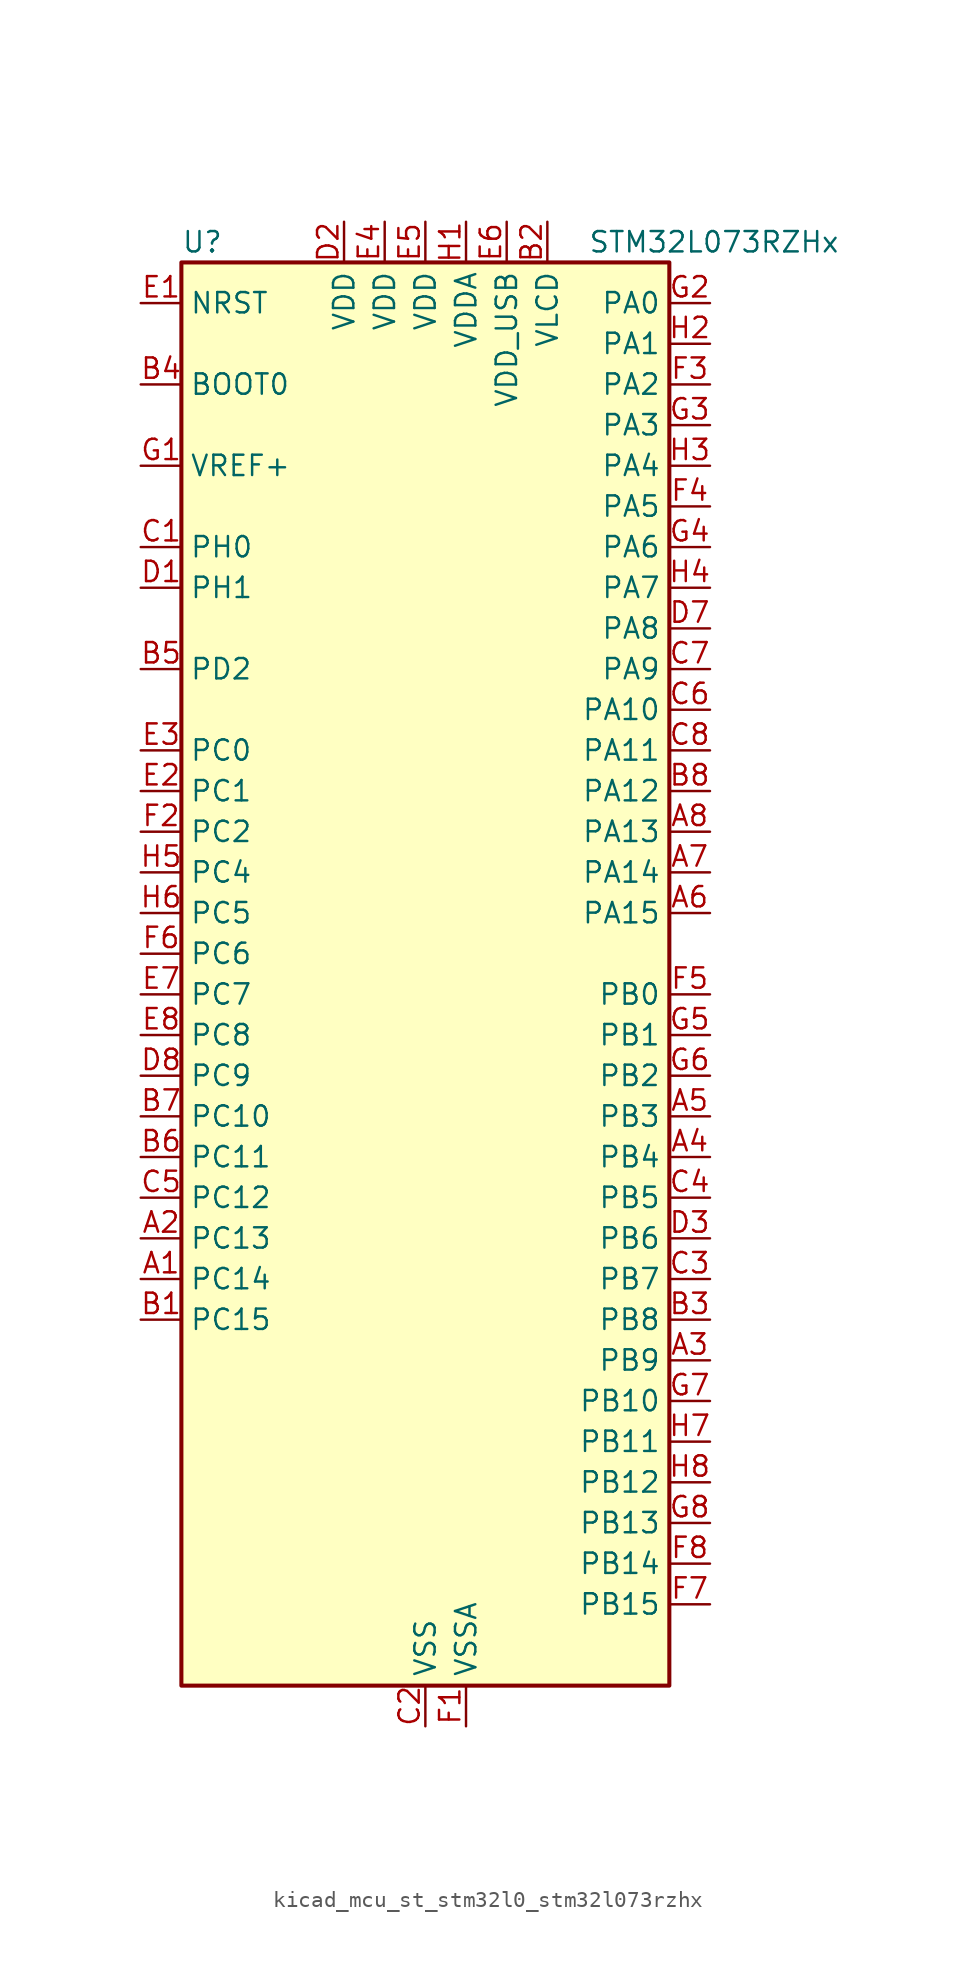
<source format=kicad_sym>
(kicad_symbol_lib
  (version 20220914)
  (generator kicad_symbol_editor)
  (symbol "kicad_mcu_st_stm32l0_stm32l073rzhx"
    (property "Reference" "U"
      (at -15.24 46.99 0)
      (effects (font (size 1.27 1.27)) (justify left)))
    (property "Value" "STM32L073RZHx"
      (at 10.16 46.99 0)
      (effects (font (size 1.27 1.27)) (justify left)))
    (property "ki_locked" ""
      (at 0 0 0)
      (effects (font (size 1.27 1.27))))
    (symbol "kicad_mcu_st_stm32l0_stm32l073rzhx_0_1"
      (rectangle (start -15.24 -43.18) (end 15.24 45.72) (stroke (width 0.254) (type default)) (fill (type background))))
    (symbol "kicad_mcu_st_stm32l0_stm32l073rzhx_1_1"
      (pin bidirectional line (at -17.78 -17.78 0) (length 2.54) (name "PC14" (effects (font (size 1.27 1.27)))) (number "A1" (effects (font (size 1.27 1.27)))) (alternate "RCC_OSC32_IN" bidirectional line))
      (pin bidirectional line (at -17.78 -15.24 0) (length 2.54) (name "PC13" (effects (font (size 1.27 1.27)))) (number "A2" (effects (font (size 1.27 1.27)))) (alternate "RTC_OUT_ALARM" bidirectional line) (alternate "RTC_OUT_CALIB" bidirectional line) (alternate "RTC_TAMP1" bidirectional line) (alternate "RTC_TS" bidirectional line) (alternate "SYS_WKUP2" bidirectional line))
      (pin bidirectional line (at 17.78 -22.86 180) (length 2.54) (name "PB9" (effects (font (size 1.27 1.27)))) (number "A3" (effects (font (size 1.27 1.27)))) (alternate "DAC_EXTI9" bidirectional line) (alternate "I2C1_SDA" bidirectional line) (alternate "I2S2_WS" bidirectional line) (alternate "LCD_COM3" bidirectional line) (alternate "SPI2_NSS" bidirectional line))
      (pin bidirectional line (at 17.78 -10.16 180) (length 2.54) (name "PB4" (effects (font (size 1.27 1.27)))) (number "A4" (effects (font (size 1.27 1.27)))) (alternate "COMP2_INP" bidirectional line) (alternate "I2C3_SDA" bidirectional line) (alternate "LCD_SEG8" bidirectional line) (alternate "SPI1_MISO" bidirectional line) (alternate "TIM22_CH1" bidirectional line) (alternate "TIM3_CH1" bidirectional line) (alternate "TSC_G5_IO2" bidirectional line) (alternate "USART1_CTS" bidirectional line) (alternate "USART5_RX" bidirectional line))
      (pin bidirectional line (at 17.78 -7.62 180) (length 2.54) (name "PB3" (effects (font (size 1.27 1.27)))) (number "A5" (effects (font (size 1.27 1.27)))) (alternate "COMP2_INM" bidirectional line) (alternate "LCD_SEG7" bidirectional line) (alternate "SPI1_SCK" bidirectional line) (alternate "TIM2_CH2" bidirectional line) (alternate "TSC_G5_IO1" bidirectional line) (alternate "USART1_DE" bidirectional line) (alternate "USART1_RTS" bidirectional line) (alternate "USART5_TX" bidirectional line))
      (pin bidirectional line (at 17.78 5.08 180) (length 2.54) (name "PA15" (effects (font (size 1.27 1.27)))) (number "A6" (effects (font (size 1.27 1.27)))) (alternate "LCD_SEG17" bidirectional line) (alternate "SPI1_NSS" bidirectional line) (alternate "TIM2_CH1" bidirectional line) (alternate "TIM2_ETR" bidirectional line) (alternate "USART2_RX" bidirectional line) (alternate "USART4_DE" bidirectional line) (alternate "USART4_RTS" bidirectional line))
      (pin bidirectional line (at 17.78 7.62 180) (length 2.54) (name "PA14" (effects (font (size 1.27 1.27)))) (number "A7" (effects (font (size 1.27 1.27)))) (alternate "LPUART1_TX" bidirectional line) (alternate "SYS_SWCLK" bidirectional line) (alternate "USART2_TX" bidirectional line))
      (pin bidirectional line (at 17.78 10.16 180) (length 2.54) (name "PA13" (effects (font (size 1.27 1.27)))) (number "A8" (effects (font (size 1.27 1.27)))) (alternate "LPUART1_RX" bidirectional line) (alternate "SYS_SWDIO" bidirectional line) (alternate "USB_NOE" bidirectional line))
      (pin bidirectional line (at -17.78 -20.32 0) (length 2.54) (name "PC15" (effects (font (size 1.27 1.27)))) (number "B1" (effects (font (size 1.27 1.27)))) (alternate "RCC_OSC32_OUT" bidirectional line))
      (pin power_in line (at 7.62 48.26 270) (length 2.54) (name "VLCD" (effects (font (size 1.27 1.27)))) (number "B2" (effects (font (size 1.27 1.27)))))
      (pin bidirectional line (at 17.78 -20.32 180) (length 2.54) (name "PB8" (effects (font (size 1.27 1.27)))) (number "B3" (effects (font (size 1.27 1.27)))) (alternate "I2C1_SCL" bidirectional line) (alternate "LCD_SEG16" bidirectional line) (alternate "TSC_SYNC" bidirectional line))
      (pin input line (at -17.78 38.1 0) (length 2.54) (name "BOOT0" (effects (font (size 1.27 1.27)))) (number "B4" (effects (font (size 1.27 1.27)))))
      (pin bidirectional line (at -17.78 20.32 0) (length 2.54) (name "PD2" (effects (font (size 1.27 1.27)))) (number "B5" (effects (font (size 1.27 1.27)))) (alternate "LCD_COM7" bidirectional line) (alternate "LCD_SEG31" bidirectional line) (alternate "LPUART1_DE" bidirectional line) (alternate "LPUART1_RTS" bidirectional line) (alternate "TIM3_ETR" bidirectional line) (alternate "USART5_RX" bidirectional line))
      (pin bidirectional line (at -17.78 -10.16 0) (length 2.54) (name "PC11" (effects (font (size 1.27 1.27)))) (number "B6" (effects (font (size 1.27 1.27)))) (alternate "ADC_EXTI11" bidirectional line) (alternate "LCD_COM5" bidirectional line) (alternate "LCD_SEG29" bidirectional line) (alternate "LPUART1_RX" bidirectional line) (alternate "USART4_RX" bidirectional line))
      (pin bidirectional line (at -17.78 -7.62 0) (length 2.54) (name "PC10" (effects (font (size 1.27 1.27)))) (number "B7" (effects (font (size 1.27 1.27)))) (alternate "LCD_COM4" bidirectional line) (alternate "LCD_SEG28" bidirectional line) (alternate "LPUART1_TX" bidirectional line) (alternate "USART4_TX" bidirectional line))
      (pin bidirectional line (at 17.78 12.7 180) (length 2.54) (name "PA12" (effects (font (size 1.27 1.27)))) (number "B8" (effects (font (size 1.27 1.27)))) (alternate "COMP2_OUT" bidirectional line) (alternate "SPI1_MOSI" bidirectional line) (alternate "TSC_G4_IO4" bidirectional line) (alternate "USART1_DE" bidirectional line) (alternate "USART1_RTS" bidirectional line) (alternate "USB_DP" bidirectional line))
      (pin bidirectional line (at -17.78 27.94 0) (length 2.54) (name "PH0" (effects (font (size 1.27 1.27)))) (number "C1" (effects (font (size 1.27 1.27)))) (alternate "CRS_SYNC" bidirectional line) (alternate "RCC_OSC_IN" bidirectional line))
      (pin power_in line (at 0 -45.72 90) (length 2.54) (name "VSS" (effects (font (size 1.27 1.27)))) (number "C2" (effects (font (size 1.27 1.27)))))
      (pin bidirectional line (at 17.78 -17.78 180) (length 2.54) (name "PB7" (effects (font (size 1.27 1.27)))) (number "C3" (effects (font (size 1.27 1.27)))) (alternate "COMP2_INP" bidirectional line) (alternate "I2C1_SDA" bidirectional line) (alternate "LPTIM1_IN2" bidirectional line) (alternate "SYS_PVD_IN" bidirectional line) (alternate "TSC_G5_IO4" bidirectional line) (alternate "USART1_RX" bidirectional line) (alternate "USART4_CTS" bidirectional line))
      (pin bidirectional line (at 17.78 -12.7 180) (length 2.54) (name "PB5" (effects (font (size 1.27 1.27)))) (number "C4" (effects (font (size 1.27 1.27)))) (alternate "COMP2_INP" bidirectional line) (alternate "I2C1_SMBA" bidirectional line) (alternate "LCD_SEG9" bidirectional line) (alternate "LPTIM1_IN1" bidirectional line) (alternate "SPI1_MOSI" bidirectional line) (alternate "TIM22_CH2" bidirectional line) (alternate "TIM3_CH2" bidirectional line) (alternate "USART1_CK" bidirectional line) (alternate "USART5_CK" bidirectional line) (alternate "USART5_DE" bidirectional line) (alternate "USART5_RTS" bidirectional line))
      (pin bidirectional line (at -17.78 -12.7 0) (length 2.54) (name "PC12" (effects (font (size 1.27 1.27)))) (number "C5" (effects (font (size 1.27 1.27)))) (alternate "LCD_COM6" bidirectional line) (alternate "LCD_SEG30" bidirectional line) (alternate "USART4_CK" bidirectional line) (alternate "USART5_TX" bidirectional line))
      (pin bidirectional line (at 17.78 17.78 180) (length 2.54) (name "PA10" (effects (font (size 1.27 1.27)))) (number "C6" (effects (font (size 1.27 1.27)))) (alternate "I2C1_SDA" bidirectional line) (alternate "LCD_COM2" bidirectional line) (alternate "TSC_G4_IO2" bidirectional line) (alternate "USART1_RX" bidirectional line))
      (pin bidirectional line (at 17.78 20.32 180) (length 2.54) (name "PA9" (effects (font (size 1.27 1.27)))) (number "C7" (effects (font (size 1.27 1.27)))) (alternate "DAC_EXTI9" bidirectional line) (alternate "I2C1_SCL" bidirectional line) (alternate "I2C3_SMBA" bidirectional line) (alternate "LCD_COM1" bidirectional line) (alternate "RCC_MCO" bidirectional line) (alternate "TSC_G4_IO1" bidirectional line) (alternate "USART1_TX" bidirectional line))
      (pin bidirectional line (at 17.78 15.24 180) (length 2.54) (name "PA11" (effects (font (size 1.27 1.27)))) (number "C8" (effects (font (size 1.27 1.27)))) (alternate "ADC_EXTI11" bidirectional line) (alternate "COMP1_OUT" bidirectional line) (alternate "SPI1_MISO" bidirectional line) (alternate "TSC_G4_IO3" bidirectional line) (alternate "USART1_CTS" bidirectional line) (alternate "USB_DM" bidirectional line))
      (pin bidirectional line (at -17.78 25.4 0) (length 2.54) (name "PH1" (effects (font (size 1.27 1.27)))) (number "D1" (effects (font (size 1.27 1.27)))) (alternate "RCC_OSC_OUT" bidirectional line))
      (pin power_in line (at -5.08 48.26 270) (length 2.54) (name "VDD" (effects (font (size 1.27 1.27)))) (number "D2" (effects (font (size 1.27 1.27)))))
      (pin bidirectional line (at 17.78 -15.24 180) (length 2.54) (name "PB6" (effects (font (size 1.27 1.27)))) (number "D3" (effects (font (size 1.27 1.27)))) (alternate "COMP2_INP" bidirectional line) (alternate "I2C1_SCL" bidirectional line) (alternate "LPTIM1_ETR" bidirectional line) (alternate "TSC_G5_IO3" bidirectional line) (alternate "USART1_TX" bidirectional line))
      (pin passive line (at 0 -45.72 90) (length 2.54) hide (name "VSS" (effects (font (size 1.27 1.27)))) (number "D4" (effects (font (size 1.27 1.27)))))
      (pin passive line (at 0 -45.72 90) (length 2.54) hide (name "VSS" (effects (font (size 1.27 1.27)))) (number "D5" (effects (font (size 1.27 1.27)))))
      (pin passive line (at 0 -45.72 90) (length 2.54) hide (name "VSS" (effects (font (size 1.27 1.27)))) (number "D6" (effects (font (size 1.27 1.27)))))
      (pin bidirectional line (at 17.78 22.86 180) (length 2.54) (name "PA8" (effects (font (size 1.27 1.27)))) (number "D7" (effects (font (size 1.27 1.27)))) (alternate "CRS_SYNC" bidirectional line) (alternate "I2C3_SCL" bidirectional line) (alternate "LCD_COM0" bidirectional line) (alternate "RCC_MCO" bidirectional line) (alternate "USART1_CK" bidirectional line))
      (pin bidirectional line (at -17.78 -5.08 0) (length 2.54) (name "PC9" (effects (font (size 1.27 1.27)))) (number "D8" (effects (font (size 1.27 1.27)))) (alternate "DAC_EXTI9" bidirectional line) (alternate "I2C3_SDA" bidirectional line) (alternate "LCD_SEG27" bidirectional line) (alternate "TIM21_ETR" bidirectional line) (alternate "TIM3_CH4" bidirectional line) (alternate "TSC_G8_IO4" bidirectional line) (alternate "USB_NOE" bidirectional line))
      (pin input line (at -17.78 43.18 0) (length 2.54) (name "NRST" (effects (font (size 1.27 1.27)))) (number "E1" (effects (font (size 1.27 1.27)))))
      (pin bidirectional line (at -17.78 12.7 0) (length 2.54) (name "PC1" (effects (font (size 1.27 1.27)))) (number "E2" (effects (font (size 1.27 1.27)))) (alternate "ADC_IN11" bidirectional line) (alternate "I2C3_SDA" bidirectional line) (alternate "LCD_SEG19" bidirectional line) (alternate "LPTIM1_OUT" bidirectional line) (alternate "LPUART1_TX" bidirectional line) (alternate "TSC_G7_IO2" bidirectional line))
      (pin bidirectional line (at -17.78 15.24 0) (length 2.54) (name "PC0" (effects (font (size 1.27 1.27)))) (number "E3" (effects (font (size 1.27 1.27)))) (alternate "ADC_IN10" bidirectional line) (alternate "I2C3_SCL" bidirectional line) (alternate "LCD_SEG18" bidirectional line) (alternate "LPTIM1_IN1" bidirectional line) (alternate "LPUART1_RX" bidirectional line) (alternate "TSC_G7_IO1" bidirectional line))
      (pin power_in line (at -2.54 48.26 270) (length 2.54) (name "VDD" (effects (font (size 1.27 1.27)))) (number "E4" (effects (font (size 1.27 1.27)))))
      (pin power_in line (at 0 48.26 270) (length 2.54) (name "VDD" (effects (font (size 1.27 1.27)))) (number "E5" (effects (font (size 1.27 1.27)))))
      (pin power_in line (at 5.08 48.26 270) (length 2.54) (name "VDD_USB" (effects (font (size 1.27 1.27)))) (number "E6" (effects (font (size 1.27 1.27)))))
      (pin bidirectional line (at -17.78 0 0) (length 2.54) (name "PC7" (effects (font (size 1.27 1.27)))) (number "E7" (effects (font (size 1.27 1.27)))) (alternate "LCD_SEG25" bidirectional line) (alternate "TIM22_CH2" bidirectional line) (alternate "TIM3_CH2" bidirectional line) (alternate "TSC_G8_IO2" bidirectional line))
      (pin bidirectional line (at -17.78 -2.54 0) (length 2.54) (name "PC8" (effects (font (size 1.27 1.27)))) (number "E8" (effects (font (size 1.27 1.27)))) (alternate "LCD_SEG26" bidirectional line) (alternate "TIM22_ETR" bidirectional line) (alternate "TIM3_CH3" bidirectional line) (alternate "TSC_G8_IO3" bidirectional line))
      (pin power_in line (at 2.54 -45.72 90) (length 2.54) (name "VSSA" (effects (font (size 1.27 1.27)))) (number "F1" (effects (font (size 1.27 1.27)))))
      (pin bidirectional line (at -17.78 10.16 0) (length 2.54) (name "PC2" (effects (font (size 1.27 1.27)))) (number "F2" (effects (font (size 1.27 1.27)))) (alternate "ADC_IN12" bidirectional line) (alternate "I2S2_MCK" bidirectional line) (alternate "LCD_SEG20" bidirectional line) (alternate "LPTIM1_IN2" bidirectional line) (alternate "SPI2_MISO" bidirectional line) (alternate "TSC_G7_IO3" bidirectional line))
      (pin bidirectional line (at 17.78 38.1 180) (length 2.54) (name "PA2" (effects (font (size 1.27 1.27)))) (number "F3" (effects (font (size 1.27 1.27)))) (alternate "ADC_IN2" bidirectional line) (alternate "COMP2_INM" bidirectional line) (alternate "COMP2_OUT" bidirectional line) (alternate "LCD_SEG1" bidirectional line) (alternate "LPUART1_TX" bidirectional line) (alternate "TIM21_CH1" bidirectional line) (alternate "TIM2_CH3" bidirectional line) (alternate "TSC_G1_IO3" bidirectional line) (alternate "USART2_TX" bidirectional line))
      (pin bidirectional line (at 17.78 30.48 180) (length 2.54) (name "PA5" (effects (font (size 1.27 1.27)))) (number "F4" (effects (font (size 1.27 1.27)))) (alternate "ADC_IN5" bidirectional line) (alternate "COMP1_INM" bidirectional line) (alternate "COMP2_INM" bidirectional line) (alternate "DAC_OUT2" bidirectional line) (alternate "SPI1_SCK" bidirectional line) (alternate "TIM2_CH1" bidirectional line) (alternate "TIM2_ETR" bidirectional line) (alternate "TSC_G2_IO2" bidirectional line))
      (pin bidirectional line (at 17.78 0 180) (length 2.54) (name "PB0" (effects (font (size 1.27 1.27)))) (number "F5" (effects (font (size 1.27 1.27)))) (alternate "ADC_IN8" bidirectional line) (alternate "LCD_SEG5" bidirectional line) (alternate "LCD_VLCD3" bidirectional line) (alternate "SYS_VREF_OUT_PB0" bidirectional line) (alternate "TIM3_CH3" bidirectional line) (alternate "TSC_G3_IO2" bidirectional line))
      (pin bidirectional line (at -17.78 2.54 0) (length 2.54) (name "PC6" (effects (font (size 1.27 1.27)))) (number "F6" (effects (font (size 1.27 1.27)))) (alternate "LCD_SEG24" bidirectional line) (alternate "TIM22_CH1" bidirectional line) (alternate "TIM3_CH1" bidirectional line) (alternate "TSC_G8_IO1" bidirectional line))
      (pin bidirectional line (at 17.78 -38.1 180) (length 2.54) (name "PB15" (effects (font (size 1.27 1.27)))) (number "F7" (effects (font (size 1.27 1.27)))) (alternate "I2S2_SD" bidirectional line) (alternate "LCD_SEG15" bidirectional line) (alternate "RTC_REFIN" bidirectional line) (alternate "SPI2_MOSI" bidirectional line))
      (pin bidirectional line (at 17.78 -35.56 180) (length 2.54) (name "PB14" (effects (font (size 1.27 1.27)))) (number "F8" (effects (font (size 1.27 1.27)))) (alternate "I2C2_SDA" bidirectional line) (alternate "I2S2_MCK" bidirectional line) (alternate "LCD_SEG14" bidirectional line) (alternate "LPUART1_DE" bidirectional line) (alternate "LPUART1_RTS" bidirectional line) (alternate "RTC_OUT_ALARM" bidirectional line) (alternate "RTC_OUT_CALIB" bidirectional line) (alternate "SPI2_MISO" bidirectional line) (alternate "TIM21_CH2" bidirectional line) (alternate "TSC_G6_IO4" bidirectional line))
      (pin input line (at -17.78 33.02 0) (length 2.54) (name "VREF+" (effects (font (size 1.27 1.27)))) (number "G1" (effects (font (size 1.27 1.27)))))
      (pin bidirectional line (at 17.78 43.18 180) (length 2.54) (name "PA0" (effects (font (size 1.27 1.27)))) (number "G2" (effects (font (size 1.27 1.27)))) (alternate "ADC_IN0" bidirectional line) (alternate "COMP1_INM" bidirectional line) (alternate "COMP1_OUT" bidirectional line) (alternate "RTC_TAMP2" bidirectional line) (alternate "SYS_WKUP1" bidirectional line) (alternate "TIM2_CH1" bidirectional line) (alternate "TIM2_ETR" bidirectional line) (alternate "TSC_G1_IO1" bidirectional line) (alternate "USART2_CTS" bidirectional line) (alternate "USART4_TX" bidirectional line))
      (pin bidirectional line (at 17.78 35.56 180) (length 2.54) (name "PA3" (effects (font (size 1.27 1.27)))) (number "G3" (effects (font (size 1.27 1.27)))) (alternate "ADC_IN3" bidirectional line) (alternate "COMP2_INP" bidirectional line) (alternate "LCD_SEG2" bidirectional line) (alternate "LPUART1_RX" bidirectional line) (alternate "TIM21_CH2" bidirectional line) (alternate "TIM2_CH4" bidirectional line) (alternate "TSC_G1_IO4" bidirectional line) (alternate "USART2_RX" bidirectional line))
      (pin bidirectional line (at 17.78 27.94 180) (length 2.54) (name "PA6" (effects (font (size 1.27 1.27)))) (number "G4" (effects (font (size 1.27 1.27)))) (alternate "ADC_IN6" bidirectional line) (alternate "COMP1_OUT" bidirectional line) (alternate "LCD_SEG3" bidirectional line) (alternate "LPUART1_CTS" bidirectional line) (alternate "SPI1_MISO" bidirectional line) (alternate "TIM22_CH1" bidirectional line) (alternate "TIM3_CH1" bidirectional line) (alternate "TSC_G2_IO3" bidirectional line))
      (pin bidirectional line (at 17.78 -2.54 180) (length 2.54) (name "PB1" (effects (font (size 1.27 1.27)))) (number "G5" (effects (font (size 1.27 1.27)))) (alternate "ADC_IN9" bidirectional line) (alternate "LCD_SEG6" bidirectional line) (alternate "LPUART1_DE" bidirectional line) (alternate "LPUART1_RTS" bidirectional line) (alternate "SYS_VREF_OUT_PB1" bidirectional line) (alternate "TIM3_CH4" bidirectional line) (alternate "TSC_G3_IO3" bidirectional line))
      (pin bidirectional line (at 17.78 -5.08 180) (length 2.54) (name "PB2" (effects (font (size 1.27 1.27)))) (number "G6" (effects (font (size 1.27 1.27)))) (alternate "I2C3_SMBA" bidirectional line) (alternate "LCD_VLCD2" bidirectional line) (alternate "LPTIM1_OUT" bidirectional line) (alternate "TSC_G3_IO4" bidirectional line))
      (pin bidirectional line (at 17.78 -25.4 180) (length 2.54) (name "PB10" (effects (font (size 1.27 1.27)))) (number "G7" (effects (font (size 1.27 1.27)))) (alternate "I2C2_SCL" bidirectional line) (alternate "LCD_SEG10" bidirectional line) (alternate "LPUART1_RX" bidirectional line) (alternate "LPUART1_TX" bidirectional line) (alternate "SPI2_SCK" bidirectional line) (alternate "TIM2_CH3" bidirectional line) (alternate "TSC_SYNC" bidirectional line))
      (pin bidirectional line (at 17.78 -33.02 180) (length 2.54) (name "PB13" (effects (font (size 1.27 1.27)))) (number "G8" (effects (font (size 1.27 1.27)))) (alternate "I2C2_SCL" bidirectional line) (alternate "I2S2_CK" bidirectional line) (alternate "LCD_SEG13" bidirectional line) (alternate "LPUART1_CTS" bidirectional line) (alternate "RCC_MCO" bidirectional line) (alternate "SPI2_SCK" bidirectional line) (alternate "TIM21_CH1" bidirectional line) (alternate "TSC_G6_IO3" bidirectional line))
      (pin power_in line (at 2.54 48.26 270) (length 2.54) (name "VDDA" (effects (font (size 1.27 1.27)))) (number "H1" (effects (font (size 1.27 1.27)))))
      (pin bidirectional line (at 17.78 40.64 180) (length 2.54) (name "PA1" (effects (font (size 1.27 1.27)))) (number "H2" (effects (font (size 1.27 1.27)))) (alternate "ADC_IN1" bidirectional line) (alternate "COMP1_INP" bidirectional line) (alternate "LCD_SEG0" bidirectional line) (alternate "TIM21_ETR" bidirectional line) (alternate "TIM2_CH2" bidirectional line) (alternate "TSC_G1_IO2" bidirectional line) (alternate "USART2_DE" bidirectional line) (alternate "USART2_RTS" bidirectional line) (alternate "USART4_RX" bidirectional line))
      (pin bidirectional line (at 17.78 33.02 180) (length 2.54) (name "PA4" (effects (font (size 1.27 1.27)))) (number "H3" (effects (font (size 1.27 1.27)))) (alternate "ADC_IN4" bidirectional line) (alternate "COMP1_INM" bidirectional line) (alternate "COMP2_INM" bidirectional line) (alternate "DAC_OUT1" bidirectional line) (alternate "SPI1_NSS" bidirectional line) (alternate "TIM22_ETR" bidirectional line) (alternate "TSC_G2_IO1" bidirectional line) (alternate "USART2_CK" bidirectional line))
      (pin bidirectional line (at 17.78 25.4 180) (length 2.54) (name "PA7" (effects (font (size 1.27 1.27)))) (number "H4" (effects (font (size 1.27 1.27)))) (alternate "ADC_IN7" bidirectional line) (alternate "COMP2_OUT" bidirectional line) (alternate "LCD_SEG4" bidirectional line) (alternate "SPI1_MOSI" bidirectional line) (alternate "TIM22_CH2" bidirectional line) (alternate "TIM3_CH2" bidirectional line) (alternate "TSC_G2_IO4" bidirectional line))
      (pin bidirectional line (at -17.78 7.62 0) (length 2.54) (name "PC4" (effects (font (size 1.27 1.27)))) (number "H5" (effects (font (size 1.27 1.27)))) (alternate "ADC_IN14" bidirectional line) (alternate "LCD_SEG22" bidirectional line) (alternate "LPUART1_TX" bidirectional line))
      (pin bidirectional line (at -17.78 5.08 0) (length 2.54) (name "PC5" (effects (font (size 1.27 1.27)))) (number "H6" (effects (font (size 1.27 1.27)))) (alternate "ADC_IN15" bidirectional line) (alternate "LCD_SEG23" bidirectional line) (alternate "LPUART1_RX" bidirectional line) (alternate "TSC_G3_IO1" bidirectional line))
      (pin bidirectional line (at 17.78 -27.94 180) (length 2.54) (name "PB11" (effects (font (size 1.27 1.27)))) (number "H7" (effects (font (size 1.27 1.27)))) (alternate "ADC_EXTI11" bidirectional line) (alternate "I2C2_SDA" bidirectional line) (alternate "LCD_SEG11" bidirectional line) (alternate "LPUART1_RX" bidirectional line) (alternate "LPUART1_TX" bidirectional line) (alternate "TIM2_CH4" bidirectional line) (alternate "TSC_G6_IO1" bidirectional line))
      (pin bidirectional line (at 17.78 -30.48 180) (length 2.54) (name "PB12" (effects (font (size 1.27 1.27)))) (number "H8" (effects (font (size 1.27 1.27)))) (alternate "I2S2_WS" bidirectional line) (alternate "LCD_SEG12" bidirectional line) (alternate "LCD_VLCD2" bidirectional line) (alternate "LPUART1_DE" bidirectional line) (alternate "LPUART1_RTS" bidirectional line) (alternate "SPI2_NSS" bidirectional line) (alternate "TSC_G6_IO2" bidirectional line)))))
</source>
